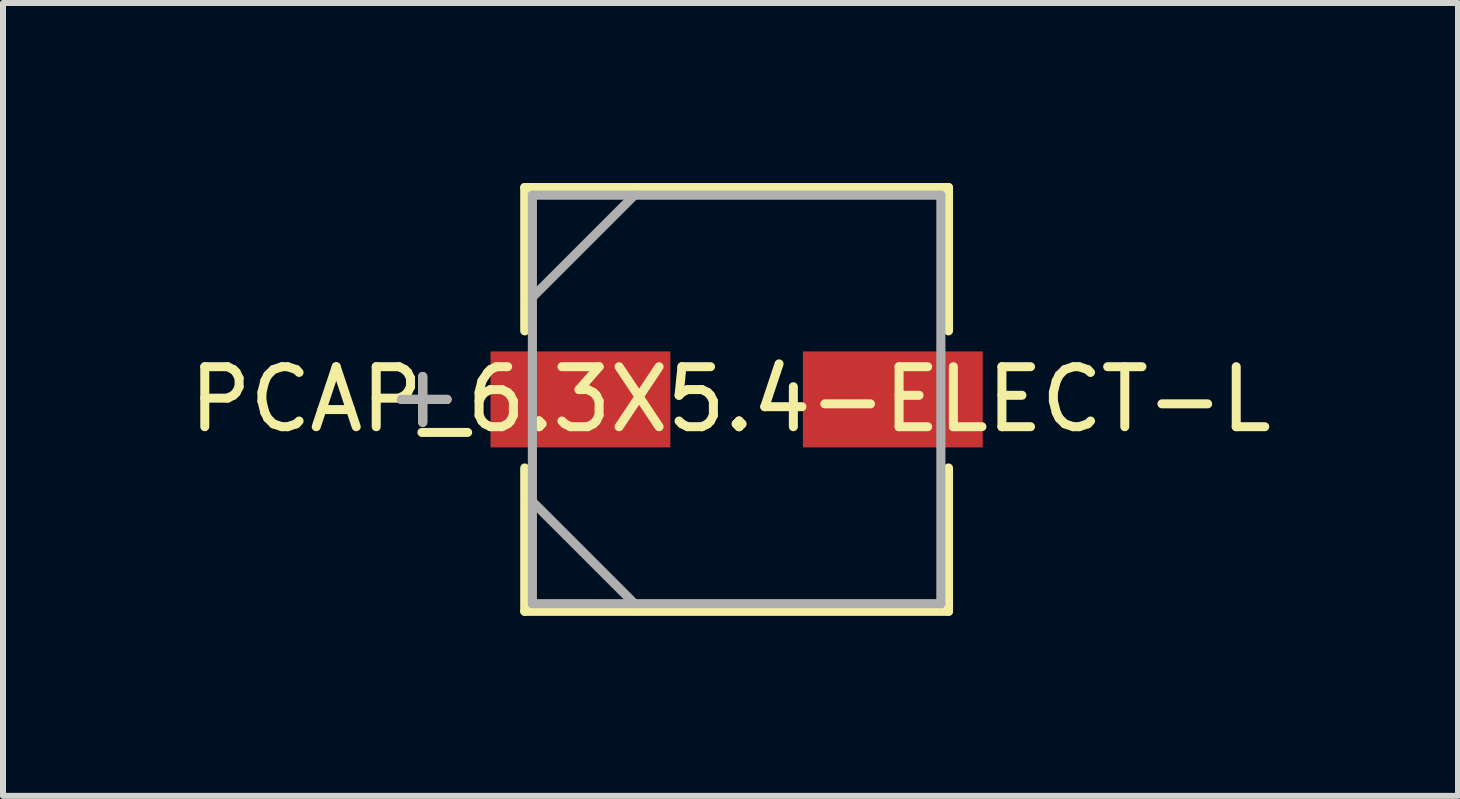
<source format=kicad_pcb>
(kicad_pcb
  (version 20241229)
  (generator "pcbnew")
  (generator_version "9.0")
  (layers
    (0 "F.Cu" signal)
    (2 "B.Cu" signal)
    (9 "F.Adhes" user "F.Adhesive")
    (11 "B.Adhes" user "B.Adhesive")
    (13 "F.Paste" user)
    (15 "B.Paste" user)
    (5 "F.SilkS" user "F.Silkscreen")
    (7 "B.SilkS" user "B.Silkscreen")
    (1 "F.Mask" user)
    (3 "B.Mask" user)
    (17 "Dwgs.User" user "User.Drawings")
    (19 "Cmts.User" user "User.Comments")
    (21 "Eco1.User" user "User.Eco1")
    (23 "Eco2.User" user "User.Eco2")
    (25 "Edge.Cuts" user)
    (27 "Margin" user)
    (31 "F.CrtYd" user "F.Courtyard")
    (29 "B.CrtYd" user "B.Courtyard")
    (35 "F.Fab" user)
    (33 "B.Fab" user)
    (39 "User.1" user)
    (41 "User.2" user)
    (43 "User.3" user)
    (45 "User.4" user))
  (footprint "PCAP_6.3X5.4-ELECT-L"
    (layer "F.Cu")
    (at 9.227 3.607)
    (property "Reference" "PCAP_6.3X5.4-ELECT-L" (at -0.102 0 0) (layer "F.SilkS") (effects (font (size 1 1) (thickness 0.15))))
    (attr smd)
    (fp_line (start -5.232 -0.381) (end -5.232 0.381) (stroke (width 0.152) (type solid)) (layer "F.SilkS"))
    (fp_line (start -4.826 0) (end -5.588 0) (stroke (width 0.152) (type solid)) (layer "F.SilkS"))
    (fp_line (start -3.531 -3.531) (end -3.531 -1.143) (stroke (width 0.152) (type solid)) (layer "F.SilkS"))
    (fp_line (start -3.531 1.143) (end -3.531 3.531) (stroke (width 0.152) (type solid)) (layer "F.SilkS"))
    (fp_line (start -3.531 3.531) (end 3.531 3.531) (stroke (width 0.152) (type solid)) (layer "F.SilkS"))
    (fp_line (start 3.531 -3.531) (end -3.531 -3.531) (stroke (width 0.152) (type solid)) (layer "F.SilkS"))
    (fp_line (start 3.531 -1.143) (end 3.531 -3.531) (stroke (width 0.152) (type solid)) (layer "F.SilkS"))
    (fp_line (start 3.531 3.531) (end 3.531 1.143) (stroke (width 0.152) (type solid)) (layer "F.SilkS"))
    (fp_line (start -5.232 -0.381) (end -5.232 0.381) (stroke (width 0.152) (type solid)) (layer "F.Fab"))
    (fp_line (start -4.826 0) (end -5.588 0) (stroke (width 0.152) (type solid)) (layer "F.Fab"))
    (fp_line (start -3.404 -3.404) (end -3.404 3.404) (stroke (width 0.152) (type solid)) (layer "F.Fab"))
    (fp_line (start -3.404 -1.702) (end -1.702 -3.404) (stroke (width 0.152) (type solid)) (layer "F.Fab"))
    (fp_line (start -3.404 1.702) (end -1.702 3.404) (stroke (width 0.152) (type solid)) (layer "F.Fab"))
    (fp_line (start -3.404 3.404) (end 3.404 3.404) (stroke (width 0.152) (type solid)) (layer "F.Fab"))
    (fp_line (start 3.404 -3.404) (end -3.404 -3.404) (stroke (width 0.152) (type solid)) (layer "F.Fab"))
    (fp_line (start 3.404 3.404) (end 3.404 -3.404) (stroke (width 0.152) (type solid)) (layer "F.Fab"))
    (pad "1" smd rect (at -2.603 0) (size 2.997 1.6) (layers "F.Cu" "F.Mask" "F.Paste"))
    (pad "2" smd rect (at 2.603 0) (size 2.997 1.6) (layers "F.Cu" "F.Mask" "F.Paste")))
  (gr_rect
    (start -3 -3)
    (end 21.25 10.214)
    (stroke (width 0.1) (type default))
    (fill no)
    (layer "Edge.Cuts")))
</source>
